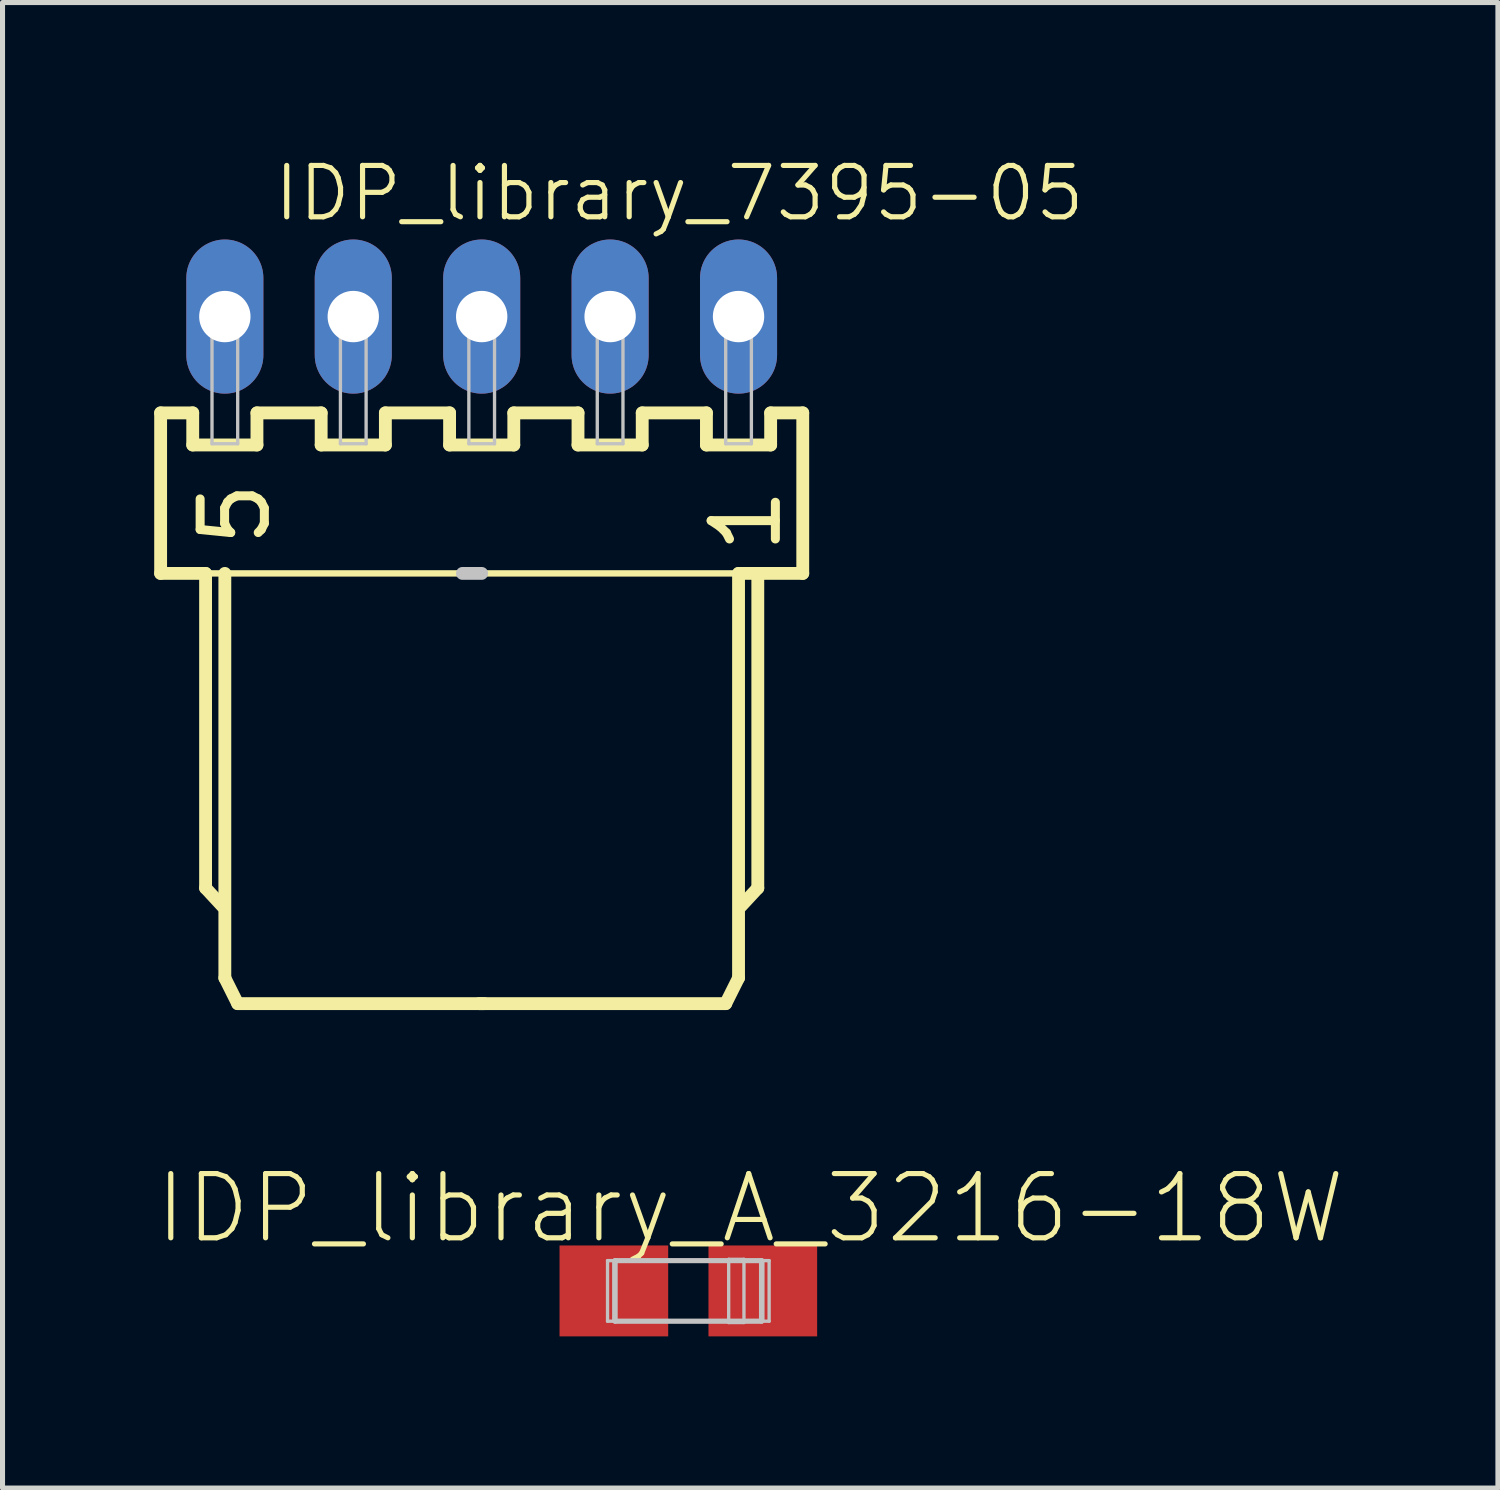
<source format=kicad_pcb>
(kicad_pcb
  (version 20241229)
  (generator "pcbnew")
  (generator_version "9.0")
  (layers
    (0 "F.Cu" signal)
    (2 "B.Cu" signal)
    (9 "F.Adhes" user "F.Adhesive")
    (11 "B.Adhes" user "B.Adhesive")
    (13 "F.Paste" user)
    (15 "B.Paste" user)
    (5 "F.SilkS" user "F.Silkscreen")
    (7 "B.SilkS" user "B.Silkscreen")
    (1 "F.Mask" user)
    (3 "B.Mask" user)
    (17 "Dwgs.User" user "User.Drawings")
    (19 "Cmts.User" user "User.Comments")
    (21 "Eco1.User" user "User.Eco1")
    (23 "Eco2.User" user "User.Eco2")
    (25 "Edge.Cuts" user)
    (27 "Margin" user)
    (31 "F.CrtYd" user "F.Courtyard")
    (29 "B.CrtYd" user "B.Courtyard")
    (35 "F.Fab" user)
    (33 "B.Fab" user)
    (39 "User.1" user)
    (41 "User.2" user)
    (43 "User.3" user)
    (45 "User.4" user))
  (footprint "IDP_library_7395-05"
    (layer "F.Cu")
    (at 6.477 3.211)
    (property "Reference" "IDP_library_7395-05" (at 3.909 -2.438 180) (layer "F.SilkS") (effects (font (size 1.016 1.016) (thickness 0.102))))
    (attr exclude_from_pos_files exclude_from_bom)
    (fp_line (start -6.35 1.905) (end -6.35 5.08) (stroke (width 0.254) (type solid)) (layer "F.SilkS"))
    (fp_line (start -6.35 5.08) (end -5.461 5.08) (stroke (width 0.254) (type solid)) (layer "F.SilkS"))
    (fp_line (start -5.715 1.905) (end -6.35 1.905) (stroke (width 0.254) (type solid)) (layer "F.SilkS"))
    (fp_line (start -5.715 2.54) (end -5.715 1.905) (stroke (width 0.254) (type solid)) (layer "F.SilkS"))
    (fp_line (start -5.461 5.08) (end -5.461 11.303) (stroke (width 0.254) (type solid)) (layer "F.SilkS"))
    (fp_line (start -5.461 5.08) (end 5.08 5.08) (stroke (width 0.127) (type solid)) (layer "F.SilkS"))
    (fp_line (start -5.461 11.303) (end -5.131 11.659) (stroke (width 0.254) (type solid)) (layer "F.SilkS"))
    (fp_line (start -5.08 5.08) (end -5.08 13.081) (stroke (width 0.254) (type solid)) (layer "F.SilkS"))
    (fp_line (start -5.08 13.081) (end -4.826 13.589) (stroke (width 0.254) (type solid)) (layer "F.SilkS"))
    (fp_line (start -4.826 13.589) (end 0.051 13.589) (stroke (width 0.254) (type solid)) (layer "F.SilkS"))
    (fp_line (start -4.445 1.905) (end -4.445 2.54) (stroke (width 0.254) (type solid)) (layer "F.SilkS"))
    (fp_line (start -4.445 2.54) (end -5.715 2.54) (stroke (width 0.254) (type solid)) (layer "F.SilkS"))
    (fp_line (start -3.175 1.905) (end -4.445 1.905) (stroke (width 0.254) (type solid)) (layer "F.SilkS"))
    (fp_line (start -3.175 2.54) (end -3.175 1.905) (stroke (width 0.254) (type solid)) (layer "F.SilkS"))
    (fp_line (start -1.905 1.905) (end -1.905 2.54) (stroke (width 0.254) (type solid)) (layer "F.SilkS"))
    (fp_line (start -1.905 2.54) (end -3.175 2.54) (stroke (width 0.254) (type solid)) (layer "F.SilkS"))
    (fp_line (start -0.635 1.905) (end -1.905 1.905) (stroke (width 0.254) (type solid)) (layer "F.SilkS"))
    (fp_line (start -0.635 2.54) (end -0.635 1.905) (stroke (width 0.254) (type solid)) (layer "F.SilkS"))
    (fp_line (start 0.635 1.905) (end 0.635 2.54) (stroke (width 0.254) (type solid)) (layer "F.SilkS"))
    (fp_line (start 0.635 2.54) (end -0.635 2.54) (stroke (width 0.254) (type solid)) (layer "F.SilkS"))
    (fp_line (start 1.905 1.905) (end 0.635 1.905) (stroke (width 0.254) (type solid)) (layer "F.SilkS"))
    (fp_line (start 1.905 2.54) (end 1.905 1.905) (stroke (width 0.254) (type solid)) (layer "F.SilkS"))
    (fp_line (start 3.175 1.905) (end 3.175 2.54) (stroke (width 0.254) (type solid)) (layer "F.SilkS"))
    (fp_line (start 3.175 2.54) (end 1.905 2.54) (stroke (width 0.254) (type solid)) (layer "F.SilkS"))
    (fp_line (start 4.445 1.905) (end 3.175 1.905) (stroke (width 0.254) (type solid)) (layer "F.SilkS"))
    (fp_line (start 4.445 2.54) (end 4.445 1.905) (stroke (width 0.254) (type solid)) (layer "F.SilkS"))
    (fp_line (start 4.826 13.589) (end -0.051 13.589) (stroke (width 0.254) (type solid)) (layer "F.SilkS"))
    (fp_line (start 5.08 5.08) (end 5.08 13.081) (stroke (width 0.254) (type solid)) (layer "F.SilkS"))
    (fp_line (start 5.08 5.08) (end 6.35 5.08) (stroke (width 0.254) (type solid)) (layer "F.SilkS"))
    (fp_line (start 5.08 13.081) (end 4.826 13.589) (stroke (width 0.254) (type solid)) (layer "F.SilkS"))
    (fp_line (start 5.461 5.08) (end 5.461 11.303) (stroke (width 0.254) (type solid)) (layer "F.SilkS"))
    (fp_line (start 5.461 11.303) (end 5.131 11.659) (stroke (width 0.254) (type solid)) (layer "F.SilkS"))
    (fp_line (start 5.715 1.905) (end 5.715 2.54) (stroke (width 0.254) (type solid)) (layer "F.SilkS"))
    (fp_line (start 5.715 2.54) (end 4.445 2.54) (stroke (width 0.254) (type solid)) (layer "F.SilkS"))
    (fp_line (start 6.35 1.905) (end 5.715 1.905) (stroke (width 0.254) (type solid)) (layer "F.SilkS"))
    (fp_line (start 6.35 5.08) (end 6.35 1.905) (stroke (width 0.254) (type solid)) (layer "F.SilkS"))
    (fp_line (start -5.334 -0.254) (end -4.826 -0.254) (stroke (width 0.066) (type solid)) (layer "Dwgs.User"))
    (fp_line (start -5.334 0.254) (end -5.334 -0.254) (stroke (width 0.066) (type solid)) (layer "Dwgs.User"))
    (fp_line (start -5.334 0.254) (end -4.826 0.254) (stroke (width 0.066) (type solid)) (layer "Dwgs.User"))
    (fp_line (start -5.334 0.279) (end -4.826 0.279) (stroke (width 0.066) (type solid)) (layer "Dwgs.User"))
    (fp_line (start -5.334 2.515) (end -5.334 0.279) (stroke (width 0.066) (type solid)) (layer "Dwgs.User"))
    (fp_line (start -5.334 2.515) (end -4.826 2.515) (stroke (width 0.066) (type solid)) (layer "Dwgs.User"))
    (fp_line (start -4.826 0.254) (end -4.826 -0.254) (stroke (width 0.066) (type solid)) (layer "Dwgs.User"))
    (fp_line (start -4.826 2.515) (end -4.826 0.279) (stroke (width 0.066) (type solid)) (layer "Dwgs.User"))
    (fp_line (start -2.794 -0.254) (end -2.286 -0.254) (stroke (width 0.066) (type solid)) (layer "Dwgs.User"))
    (fp_line (start -2.794 0.254) (end -2.794 -0.254) (stroke (width 0.066) (type solid)) (layer "Dwgs.User"))
    (fp_line (start -2.794 0.254) (end -2.286 0.254) (stroke (width 0.066) (type solid)) (layer "Dwgs.User"))
    (fp_line (start -2.794 0.279) (end -2.286 0.279) (stroke (width 0.066) (type solid)) (layer "Dwgs.User"))
    (fp_line (start -2.794 2.515) (end -2.794 0.279) (stroke (width 0.066) (type solid)) (layer "Dwgs.User"))
    (fp_line (start -2.794 2.515) (end -2.286 2.515) (stroke (width 0.066) (type solid)) (layer "Dwgs.User"))
    (fp_line (start -2.286 0.254) (end -2.286 -0.254) (stroke (width 0.066) (type solid)) (layer "Dwgs.User"))
    (fp_line (start -2.286 2.515) (end -2.286 0.279) (stroke (width 0.066) (type solid)) (layer "Dwgs.User"))
    (fp_line (start -0.254 -0.254) (end 0.254 -0.254) (stroke (width 0.066) (type solid)) (layer "Dwgs.User"))
    (fp_line (start -0.254 0.254) (end -0.254 -0.254) (stroke (width 0.066) (type solid)) (layer "Dwgs.User"))
    (fp_line (start -0.254 0.254) (end 0.254 0.254) (stroke (width 0.066) (type solid)) (layer "Dwgs.User"))
    (fp_line (start -0.254 0.279) (end 0.254 0.279) (stroke (width 0.066) (type solid)) (layer "Dwgs.User"))
    (fp_line (start -0.254 2.515) (end -0.254 0.279) (stroke (width 0.066) (type solid)) (layer "Dwgs.User"))
    (fp_line (start -0.254 2.515) (end 0.254 2.515) (stroke (width 0.066) (type solid)) (layer "Dwgs.User"))
    (fp_line (start 0 5.08) (end -0.381 5.08) (stroke (width 0.254) (type solid)) (layer "Dwgs.User"))
    (fp_line (start 0.254 0.254) (end 0.254 -0.254) (stroke (width 0.066) (type solid)) (layer "Dwgs.User"))
    (fp_line (start 0.254 2.515) (end 0.254 0.279) (stroke (width 0.066) (type solid)) (layer "Dwgs.User"))
    (fp_line (start 2.286 -0.254) (end 2.794 -0.254) (stroke (width 0.066) (type solid)) (layer "Dwgs.User"))
    (fp_line (start 2.286 0.254) (end 2.286 -0.254) (stroke (width 0.066) (type solid)) (layer "Dwgs.User"))
    (fp_line (start 2.286 0.254) (end 2.794 0.254) (stroke (width 0.066) (type solid)) (layer "Dwgs.User"))
    (fp_line (start 2.286 0.279) (end 2.794 0.279) (stroke (width 0.066) (type solid)) (layer "Dwgs.User"))
    (fp_line (start 2.286 2.515) (end 2.286 0.279) (stroke (width 0.066) (type solid)) (layer "Dwgs.User"))
    (fp_line (start 2.286 2.515) (end 2.794 2.515) (stroke (width 0.066) (type solid)) (layer "Dwgs.User"))
    (fp_line (start 2.794 0.254) (end 2.794 -0.254) (stroke (width 0.066) (type solid)) (layer "Dwgs.User"))
    (fp_line (start 2.794 2.515) (end 2.794 0.279) (stroke (width 0.066) (type solid)) (layer "Dwgs.User"))
    (fp_line (start 4.826 -0.254) (end 5.334 -0.254) (stroke (width 0.066) (type solid)) (layer "Dwgs.User"))
    (fp_line (start 4.826 0.254) (end 4.826 -0.254) (stroke (width 0.066) (type solid)) (layer "Dwgs.User"))
    (fp_line (start 4.826 0.254) (end 5.334 0.254) (stroke (width 0.066) (type solid)) (layer "Dwgs.User"))
    (fp_line (start 4.826 0.279) (end 5.334 0.279) (stroke (width 0.066) (type solid)) (layer "Dwgs.User"))
    (fp_line (start 4.826 2.515) (end 4.826 0.279) (stroke (width 0.066) (type solid)) (layer "Dwgs.User"))
    (fp_line (start 4.826 2.515) (end 5.334 2.515) (stroke (width 0.066) (type solid)) (layer "Dwgs.User"))
    (fp_line (start 5.334 0.254) (end 5.334 -0.254) (stroke (width 0.066) (type solid)) (layer "Dwgs.User"))
    (fp_line (start 5.334 2.515) (end 5.334 0.279) (stroke (width 0.066) (type solid)) (layer "Dwgs.User"))
    (fp_text user "5" (at -4.877 3.909 270) (layer "F.SilkS") (effects (font (size 1.27 1.27) (thickness 0.178))))
    (fp_text user "1" (at 5.23 4.036 270) (layer "F.SilkS") (effects (font (size 1.27 1.27) (thickness 0.178))))
    (pad "1" thru_hole oval (at 5.08 0 180) (size 1.524 3.048) (drill 1.016) (layers "*.Cu" "*.Paste" "*.Mask"))
    (pad "2" thru_hole oval (at 2.54 0 180) (size 1.524 3.048) (drill 1.016) (layers "*.Cu" "*.Paste" "*.Mask"))
    (pad "3" thru_hole oval (at 0 0 180) (size 1.524 3.048) (drill 1.016) (layers "*.Cu" "*.Paste" "*.Mask"))
    (pad "4" thru_hole oval (at -2.54 0 180) (size 1.524 3.048) (drill 1.016) (layers "*.Cu" "*.Paste" "*.Mask"))
    (pad "5" thru_hole oval (at -5.08 0 180) (size 1.524 3.048) (drill 1.016) (layers "*.Cu" "*.Paste" "*.Mask")))
  (footprint "IDP_library_A_3216-18W"
    (layer "F.Cu")
    (at 10.564 22.482)
    (property "Reference" "IDP_library_A_3216-18W" (at 1.224 -1.633 0) (layer "F.SilkS") (effects (font (size 1.27 1.27) (thickness 0.102))))
    (attr smd)
    (fp_line (start -1.598 -0.599) (end -1.473 -0.599) (stroke (width 0.066) (type solid)) (layer "Dwgs.User"))
    (fp_line (start -1.598 0.599) (end -1.598 -0.599) (stroke (width 0.066) (type solid)) (layer "Dwgs.User"))
    (fp_line (start -1.598 0.599) (end -1.473 0.599) (stroke (width 0.066) (type solid)) (layer "Dwgs.User"))
    (fp_line (start -1.473 0.599) (end -1.473 -0.599) (stroke (width 0.066) (type solid)) (layer "Dwgs.User"))
    (fp_line (start -1.448 -0.599) (end 1.448 -0.599) (stroke (width 0.102) (type solid)) (layer "Dwgs.User"))
    (fp_line (start -1.448 0.599) (end -1.448 -0.599) (stroke (width 0.102) (type solid)) (layer "Dwgs.User"))
    (fp_line (start 0.798 -0.625) (end 1.1 -0.625) (stroke (width 0.066) (type solid)) (layer "Dwgs.User"))
    (fp_line (start 0.798 0.625) (end 0.798 -0.625) (stroke (width 0.066) (type solid)) (layer "Dwgs.User"))
    (fp_line (start 0.798 0.625) (end 1.1 0.625) (stroke (width 0.066) (type solid)) (layer "Dwgs.User"))
    (fp_line (start 1.1 0.625) (end 1.1 -0.625) (stroke (width 0.066) (type solid)) (layer "Dwgs.User"))
    (fp_line (start 1.448 -0.599) (end 1.448 0.599) (stroke (width 0.102) (type solid)) (layer "Dwgs.User"))
    (fp_line (start 1.448 0.599) (end -1.448 0.599) (stroke (width 0.102) (type solid)) (layer "Dwgs.User"))
    (fp_line (start 1.473 -0.599) (end 1.598 -0.599) (stroke (width 0.066) (type solid)) (layer "Dwgs.User"))
    (fp_line (start 1.473 0.599) (end 1.473 -0.599) (stroke (width 0.066) (type solid)) (layer "Dwgs.User"))
    (fp_line (start 1.473 0.599) (end 1.598 0.599) (stroke (width 0.066) (type solid)) (layer "Dwgs.User"))
    (fp_line (start 1.598 0.599) (end 1.598 -0.599) (stroke (width 0.066) (type solid)) (layer "Dwgs.User"))
    (pad "+" smd rect (at 1.473 0) (size 2.149 1.798) (layers "F.Cu" "F.Mask" "F.Paste"))
    (pad "-" smd rect (at -1.473 0) (size 2.149 1.798) (layers "F.Cu" "F.Mask" "F.Paste")))
  (gr_rect
    (start -3 -3)
    (end 26.576 26.381)
    (stroke (width 0.1) (type default))
    (fill no)
    (layer "Edge.Cuts")))
</source>
